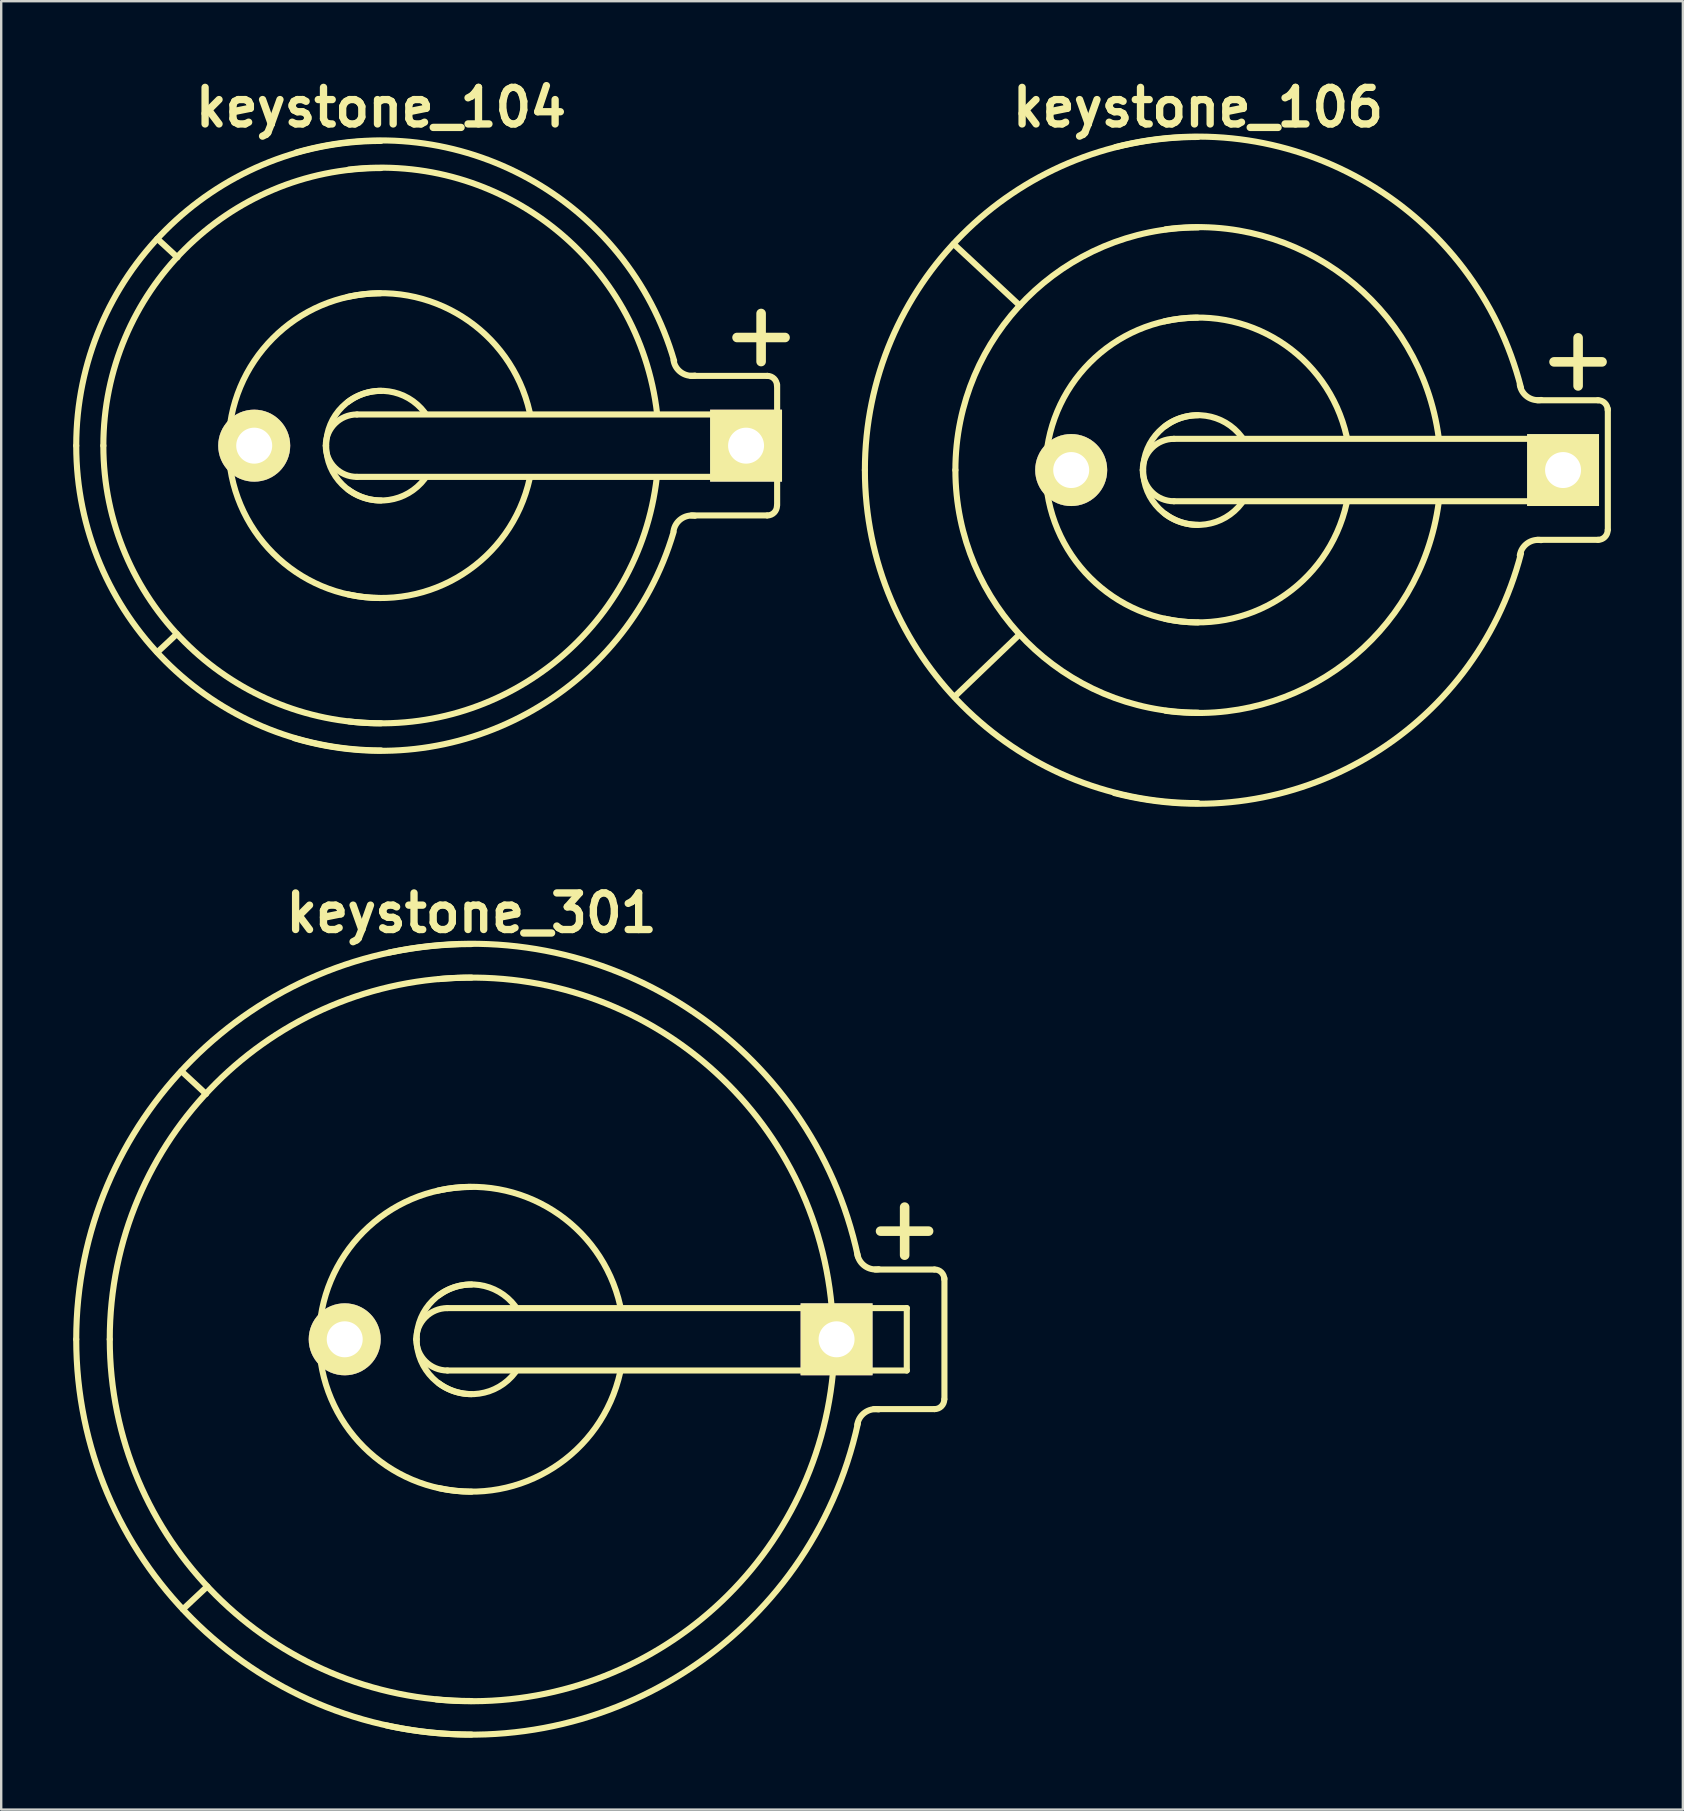
<source format=kicad_pcb>
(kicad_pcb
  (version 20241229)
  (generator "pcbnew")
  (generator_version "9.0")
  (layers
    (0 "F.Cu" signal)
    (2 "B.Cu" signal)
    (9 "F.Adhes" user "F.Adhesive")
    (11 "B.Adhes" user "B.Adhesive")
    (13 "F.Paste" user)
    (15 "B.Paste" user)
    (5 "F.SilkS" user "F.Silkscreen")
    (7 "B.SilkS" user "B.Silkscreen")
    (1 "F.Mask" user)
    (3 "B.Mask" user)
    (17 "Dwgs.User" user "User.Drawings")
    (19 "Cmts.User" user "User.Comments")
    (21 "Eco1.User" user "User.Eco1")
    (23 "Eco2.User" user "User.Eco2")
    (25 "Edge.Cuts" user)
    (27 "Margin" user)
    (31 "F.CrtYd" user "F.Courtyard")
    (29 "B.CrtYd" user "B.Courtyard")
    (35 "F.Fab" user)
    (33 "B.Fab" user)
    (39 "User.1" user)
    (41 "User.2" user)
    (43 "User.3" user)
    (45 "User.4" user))
  (footprint "keystone_301"
    (layer "F.Cu")
    (at 16.599 52.765)
    (property "Reference" "keystone_301" (at 0 -17.767 0) (layer "F.SilkS") (effects (font (size 1.524 1.524) (thickness 0.305))))
    (attr through_hole)
    (fp_line (start -11.062 -10.223) (end -12.09 -11.176) (stroke (width 0.254) (type solid)) (layer "F.SilkS"))
    (fp_line (start -11.011 10.3) (end -12.027 11.252) (stroke (width 0.254) (type solid)) (layer "F.SilkS"))
    (fp_line (start -1.001 -1.3) (end 15.199 -1.3) (stroke (width 0.254) (type solid)) (layer "F.SilkS"))
    (fp_line (start 14.732 -1.3) (end 18.141 -1.3) (stroke (width 0.254) (type solid)) (layer "F.SilkS"))
    (fp_line (start 15.199 1.3) (end -1.001 1.3) (stroke (width 0.254) (type solid)) (layer "F.SilkS"))
    (fp_line (start 15.215 1.3) (end 18.141 1.3) (stroke (width 0.254) (type solid)) (layer "F.SilkS"))
    (fp_line (start 17.048 -4.508) (end 19.05 -4.508) (stroke (width 0.399) (type solid)) (layer "F.SilkS"))
    (fp_line (start 18.052 -3.505) (end 18.052 -5.509) (stroke (width 0.399) (type solid)) (layer "F.SilkS"))
    (fp_line (start 18.141 -1.3) (end 18.141 1.3) (stroke (width 0.254) (type solid)) (layer "F.SilkS"))
    (fp_line (start 19.291 -2.908) (end 16.828 -2.908) (stroke (width 0.254) (type solid)) (layer "F.SilkS"))
    (fp_line (start 19.304 2.908) (end 16.777 2.908) (stroke (width 0.254) (type solid)) (layer "F.SilkS"))
    (fp_line (start 19.71 -2.54) (end 19.71 2.489) (stroke (width 0.254) (type solid)) (layer "F.SilkS"))
    (fp_arc (start -16.4719 0) (mid -11.647392 -11.647392) (end 0 -16.4719) (stroke (width 0.254) (type solid)) (layer "F.SilkS"))
    (fp_arc (start -15.0749 0) (mid -10.659564 -10.659564) (end 0 -15.0749) (stroke (width 0.254) (type solid)) (layer "F.SilkS"))
    (fp_arc (start -6.35 0.0254) (mid -4.508089 -4.472168) (end -0.0254 -6.35) (stroke (width 0.254) (type solid)) (layer "F.SilkS"))
    (fp_arc (start -3.4417 -16.1163) (mid 8.953315 -13.833314) (end 16.1036 -3.4544) (stroke (width 0.254) (type solid)) (layer "F.SilkS"))
    (fp_arc (start -2.30124 0) (mid -1.920338 -0.919578) (end -1.00076 -1.30048) (stroke (width 0.254) (type solid)) (layer "F.SilkS"))
    (fp_arc (start -2.286 0) (mid -1.616446 -1.616446) (end 0 -2.286) (stroke (width 0.254) (type solid)) (layer "F.SilkS"))
    (fp_arc (start -1.397 -6.1976) (mid 3.394537 -5.370193) (end 6.1976 -1.397) (stroke (width 0.254) (type solid)) (layer "F.SilkS"))
    (fp_arc (start -1.3716 -1.8288) (mid 0.323289 -2.263025) (end 1.8288 -1.3716) (stroke (width 0.254) (type solid)) (layer "F.SilkS"))
    (fp_arc (start -1.3589 -15.0114) (mid 9.653775 -11.57555) (end 15.0114 -1.3589) (stroke (width 0.254) (type solid)) (layer "F.SilkS"))
    (fp_arc (start -1.00076 1.30048) (mid -1.920338 0.919578) (end -2.30124 0) (stroke (width 0.254) (type solid)) (layer "F.SilkS"))
    (fp_arc (start 0 2.286) (mid -1.616446 1.616446) (end -2.286 0) (stroke (width 0.254) (type solid)) (layer "F.SilkS"))
    (fp_arc (start 0 6.35) (mid -4.490128 4.490128) (end -6.35 0) (stroke (width 0.254) (type solid)) (layer "F.SilkS"))
    (fp_arc (start 0 15.0749) (mid -10.659564 10.659564) (end -15.0749 0) (stroke (width 0.254) (type solid)) (layer "F.SilkS"))
    (fp_arc (start 0 16.4719) (mid -11.647392 11.647392) (end -16.4719 0) (stroke (width 0.254) (type solid)) (layer "F.SilkS"))
    (fp_arc (start 1.8288 1.3716) (mid 0.323289 2.263025) (end -1.3716 1.8288) (stroke (width 0.254) (type solid)) (layer "F.SilkS"))
    (fp_arc (start 6.1976 1.3716) (mid 3.412497 5.352233) (end -1.3716 6.1976) (stroke (width 0.254) (type solid)) (layer "F.SilkS"))
    (fp_arc (start 15.0622 1.4097) (mid 9.617854 11.632513) (end -1.4605 15.0114) (stroke (width 0.254) (type solid)) (layer "F.SilkS"))
    (fp_arc (start 16.0782 3.556) (mid 16.391187 3.054382) (end 16.9672 2.921) (stroke (width 0.254) (type solid)) (layer "F.SilkS"))
    (fp_arc (start 16.1036 3.5052) (mid 8.886734 13.867056) (end -3.5433 16.0909) (stroke (width 0.254) (type solid)) (layer "F.SilkS"))
    (fp_arc (start 16.9672 -2.921) (mid 16.391187 -3.054382) (end 16.0782 -3.556) (stroke (width 0.254) (type solid)) (layer "F.SilkS"))
    (fp_arc (start 19.30146 -2.9083) (mid 19.585236 -2.790756) (end 19.70278 -2.50698) (stroke (width 0.254) (type solid)) (layer "F.SilkS"))
    (fp_arc (start 19.70278 2.50698) (mid 19.585236 2.790756) (end 19.30146 2.9083) (stroke (width 0.254) (type solid)) (layer "F.SilkS"))
    (pad "1" thru_hole rect (at 15.215 0) (size 2.997 2.997) (drill 1.499) (layers "*.Cu" "*.Mask" "F.SilkS"))
    (pad "2" thru_hole circle (at -5.283 0) (size 3 3) (drill 1.499) (layers "*.Cu" "*.Mask" "F.SilkS")))
  (footprint "keystone_106"
    (layer "F.Cu")
    (at 46.875 16.539)
    (property "Reference" "keystone_106" (at 0 -15.113 0) (layer "F.SilkS") (effects (font (size 1.524 1.524) (thickness 0.305))))
    (attr through_hole)
    (fp_line (start -7.442 6.858) (end -10.147 9.449) (stroke (width 0.254) (type solid)) (layer "F.SilkS"))
    (fp_line (start -7.429 -6.858) (end -10.185 -9.423) (stroke (width 0.254) (type solid)) (layer "F.SilkS"))
    (fp_line (start -1.001 -1.3) (end 15.199 -1.3) (stroke (width 0.254) (type solid)) (layer "F.SilkS"))
    (fp_line (start 14.839 -4.508) (end 16.84 -4.508) (stroke (width 0.399) (type solid)) (layer "F.SilkS"))
    (fp_line (start 15.199 1.3) (end -1.001 1.3) (stroke (width 0.254) (type solid)) (layer "F.SilkS"))
    (fp_line (start 15.207 -1.3) (end 15.207 1.3) (stroke (width 0.254) (type solid)) (layer "F.SilkS"))
    (fp_line (start 15.842 -3.505) (end 15.842 -5.509) (stroke (width 0.399) (type solid)) (layer "F.SilkS"))
    (fp_line (start 16.675 -2.908) (end 14.148 -2.908) (stroke (width 0.254) (type solid)) (layer "F.SilkS"))
    (fp_line (start 16.675 2.908) (end 14.148 2.908) (stroke (width 0.254) (type solid)) (layer "F.SilkS"))
    (fp_line (start 17.081 -2.54) (end 17.081 2.489) (stroke (width 0.254) (type solid)) (layer "F.SilkS"))
    (fp_arc (start -13.8811 0) (mid -9.81542 -9.81542) (end 0 -13.8811) (stroke (width 0.254) (type solid)) (layer "F.SilkS"))
    (fp_arc (start -10.1092 0) (mid -7.148284 -7.148284) (end 0 -10.1092) (stroke (width 0.254) (type solid)) (layer "F.SilkS"))
    (fp_arc (start -6.35 0.0254) (mid -4.508089 -4.472168) (end -0.0254 -6.35) (stroke (width 0.254) (type solid)) (layer "F.SilkS"))
    (fp_arc (start -3.429 -13.462) (mid 7.094402 -11.943741) (end 13.462 -3.429) (stroke (width 0.254) (type solid)) (layer "F.SilkS"))
    (fp_arc (start -2.30124 0) (mid -1.920338 -0.919578) (end -1.00076 -1.30048) (stroke (width 0.254) (type solid)) (layer "F.SilkS"))
    (fp_arc (start -2.286 0) (mid -1.616446 -1.616446) (end 0 -2.286) (stroke (width 0.254) (type solid)) (layer "F.SilkS"))
    (fp_arc (start -1.397 -6.1976) (mid 3.394537 -5.370193) (end 6.1976 -1.397) (stroke (width 0.254) (type solid)) (layer "F.SilkS"))
    (fp_arc (start -1.3716 -1.8288) (mid 0.323289 -2.263025) (end 1.8288 -1.3716) (stroke (width 0.254) (type solid)) (layer "F.SilkS"))
    (fp_arc (start -1.3462 -10.033) (mid 6.142495 -8.046309) (end 10.033 -1.3462) (stroke (width 0.254) (type solid)) (layer "F.SilkS"))
    (fp_arc (start -1.00076 1.30048) (mid -1.920338 0.919578) (end -2.30124 0) (stroke (width 0.254) (type solid)) (layer "F.SilkS"))
    (fp_arc (start 0 2.286) (mid -1.616446 1.616446) (end -2.286 0) (stroke (width 0.254) (type solid)) (layer "F.SilkS"))
    (fp_arc (start 0 6.35) (mid -4.490128 4.490128) (end -6.35 0) (stroke (width 0.254) (type solid)) (layer "F.SilkS"))
    (fp_arc (start 0 10.1092) (mid -7.148284 7.148284) (end -10.1092 0) (stroke (width 0.254) (type solid)) (layer "F.SilkS"))
    (fp_arc (start 0 13.8811) (mid -9.81542 9.81542) (end -13.8811 0) (stroke (width 0.254) (type solid)) (layer "F.SilkS"))
    (fp_arc (start 1.8288 1.3716) (mid 0.323289 2.263025) (end -1.3716 1.8288) (stroke (width 0.254) (type solid)) (layer "F.SilkS"))
    (fp_arc (start 6.1976 1.3716) (mid 3.412497 5.352233) (end -1.3716 6.1976) (stroke (width 0.254) (type solid)) (layer "F.SilkS"))
    (fp_arc (start 10.033 1.3462) (mid 6.142495 8.046309) (end -1.3462 10.033) (stroke (width 0.254) (type solid)) (layer "F.SilkS"))
    (fp_arc (start 13.4112 3.556) (mid 13.724187 3.054382) (end 14.3002 2.921) (stroke (width 0.254) (type solid)) (layer "F.SilkS"))
    (fp_arc (start 13.462 3.4798) (mid 7.058481 11.979662) (end -3.4798 13.462) (stroke (width 0.254) (type solid)) (layer "F.SilkS"))
    (fp_arc (start 14.3002 -2.921) (mid 13.724187 -3.054382) (end 13.4112 -3.556) (stroke (width 0.254) (type solid)) (layer "F.SilkS"))
    (fp_arc (start 16.67256 -2.9083) (mid 16.956336 -2.790756) (end 17.07388 -2.50698) (stroke (width 0.254) (type solid)) (layer "F.SilkS"))
    (fp_arc (start 17.07388 2.50698) (mid 16.956336 2.790756) (end 16.67256 2.9083) (stroke (width 0.254) (type solid)) (layer "F.SilkS"))
    (pad "1" thru_hole rect (at 15.215 0) (size 2.997 2.997) (drill 1.499) (layers "*.Cu" "*.Mask" "F.SilkS"))
    (pad "2" thru_hole circle (at -5.283 0) (size 3 3) (drill 1.499) (layers "*.Cu" "*.Mask" "F.SilkS")))
  (footprint "keystone_104"
    (layer "F.Cu")
    (at 12.827 15.523)
    (property "Reference" "keystone_104" (at 0 -14.097 0) (layer "F.SilkS") (effects (font (size 1.524 1.524) (thickness 0.305))))
    (attr through_hole)
    (fp_line (start -8.509 7.849) (end -9.322 8.611) (stroke (width 0.254) (type solid)) (layer "F.SilkS"))
    (fp_line (start -8.484 -7.849) (end -9.322 -8.623) (stroke (width 0.254) (type solid)) (layer "F.SilkS"))
    (fp_line (start -1.001 -1.3) (end 15.199 -1.3) (stroke (width 0.254) (type solid)) (layer "F.SilkS"))
    (fp_line (start 14.839 -4.508) (end 16.84 -4.508) (stroke (width 0.399) (type solid)) (layer "F.SilkS"))
    (fp_line (start 15.199 1.3) (end -1.001 1.3) (stroke (width 0.254) (type solid)) (layer "F.SilkS"))
    (fp_line (start 15.207 -1.3) (end 15.207 1.3) (stroke (width 0.254) (type solid)) (layer "F.SilkS"))
    (fp_line (start 15.842 -3.505) (end 15.842 -5.509) (stroke (width 0.399) (type solid)) (layer "F.SilkS"))
    (fp_line (start 16.091 2.908) (end 12.941 2.908) (stroke (width 0.254) (type solid)) (layer "F.SilkS"))
    (fp_line (start 16.104 -2.908) (end 12.916 -2.908) (stroke (width 0.254) (type solid)) (layer "F.SilkS"))
    (fp_line (start 16.51 -2.54) (end 16.51 2.489) (stroke (width 0.254) (type solid)) (layer "F.SilkS"))
    (fp_arc (start -12.7 0) (mid -8.980256 -8.980256) (end 0 -12.7) (stroke (width 0.254) (type solid)) (layer "F.SilkS"))
    (fp_arc (start -11.5697 0) (mid -8.181013 -8.181013) (end 0 -11.5697) (stroke (width 0.254) (type solid)) (layer "F.SilkS"))
    (fp_arc (start -6.35 0.0254) (mid -4.508089 -4.472168) (end -0.0254 -6.35) (stroke (width 0.254) (type solid)) (layer "F.SilkS"))
    (fp_arc (start -3.5306 -12.2174) (mid 6.142495 -11.135518) (end 12.2174 -3.5306) (stroke (width 0.254) (type solid)) (layer "F.SilkS"))
    (fp_arc (start -2.30124 0) (mid -1.920338 -0.919578) (end -1.00076 -1.30048) (stroke (width 0.254) (type solid)) (layer "F.SilkS"))
    (fp_arc (start -2.286 0) (mid -1.616446 -1.616446) (end 0 -2.286) (stroke (width 0.254) (type solid)) (layer "F.SilkS"))
    (fp_arc (start -1.397 -6.1976) (mid 3.394537 -5.370193) (end 6.1976 -1.397) (stroke (width 0.254) (type solid)) (layer "F.SilkS"))
    (fp_arc (start -1.3716 -1.8288) (mid 0.323289 -2.263025) (end 1.8288 -1.3716) (stroke (width 0.254) (type solid)) (layer "F.SilkS"))
    (fp_arc (start -1.3462 -11.5062) (mid 7.184205 -9.088019) (end 11.5062 -1.3462) (stroke (width 0.254) (type solid)) (layer "F.SilkS"))
    (fp_arc (start -1.00076 1.30048) (mid -1.920338 0.919578) (end -2.30124 0) (stroke (width 0.254) (type solid)) (layer "F.SilkS"))
    (fp_arc (start 0 2.286) (mid -1.616446 1.616446) (end -2.286 0) (stroke (width 0.254) (type solid)) (layer "F.SilkS"))
    (fp_arc (start 0 6.35) (mid -4.490128 4.490128) (end -6.35 0) (stroke (width 0.254) (type solid)) (layer "F.SilkS"))
    (fp_arc (start 0 11.5697) (mid -8.181013 8.181013) (end -11.5697 0) (stroke (width 0.254) (type solid)) (layer "F.SilkS"))
    (fp_arc (start 0 12.7) (mid -8.980256 8.980256) (end -12.7 0) (stroke (width 0.254) (type solid)) (layer "F.SilkS"))
    (fp_arc (start 1.8288 1.3716) (mid 0.323289 2.263025) (end -1.3716 1.8288) (stroke (width 0.254) (type solid)) (layer "F.SilkS"))
    (fp_arc (start 6.1976 1.3716) (mid 3.412497 5.352233) (end -1.3716 6.1976) (stroke (width 0.254) (type solid)) (layer "F.SilkS"))
    (fp_arc (start 11.4935 1.3335) (mid 7.184205 9.070059) (end -1.3335 11.4935) (stroke (width 0.254) (type solid)) (layer "F.SilkS"))
    (fp_arc (start 12.192 3.556) (mid 12.504987 3.054382) (end 13.081 2.921) (stroke (width 0.254) (type solid)) (layer "F.SilkS"))
    (fp_arc (start 12.192 3.6068) (mid 6.070653 11.171439) (end -3.6068 12.192) (stroke (width 0.254) (type solid)) (layer "F.SilkS"))
    (fp_arc (start 13.081 -2.921) (mid 12.504987 -3.054382) (end 12.192 -3.556) (stroke (width 0.254) (type solid)) (layer "F.SilkS"))
    (fp_arc (start 16.10106 -2.9083) (mid 16.384836 -2.790756) (end 16.50238 -2.50698) (stroke (width 0.254) (type solid)) (layer "F.SilkS"))
    (fp_arc (start 16.50238 2.50698) (mid 16.384836 2.790756) (end 16.10106 2.9083) (stroke (width 0.254) (type solid)) (layer "F.SilkS"))
    (pad "1" thru_hole rect (at 15.215 0) (size 2.997 2.997) (drill 1.499) (layers "*.Cu" "*.Mask" "F.SilkS"))
    (pad "2" thru_hole circle (at -5.283 0) (size 3 3) (drill 1.499) (layers "*.Cu" "*.Mask" "F.SilkS")))
  (gr_rect
    (start -3 -3)
    (end 67.083 72.365)
    (stroke (width 0.1) (type default))
    (fill no)
    (layer "Edge.Cuts")))
</source>
